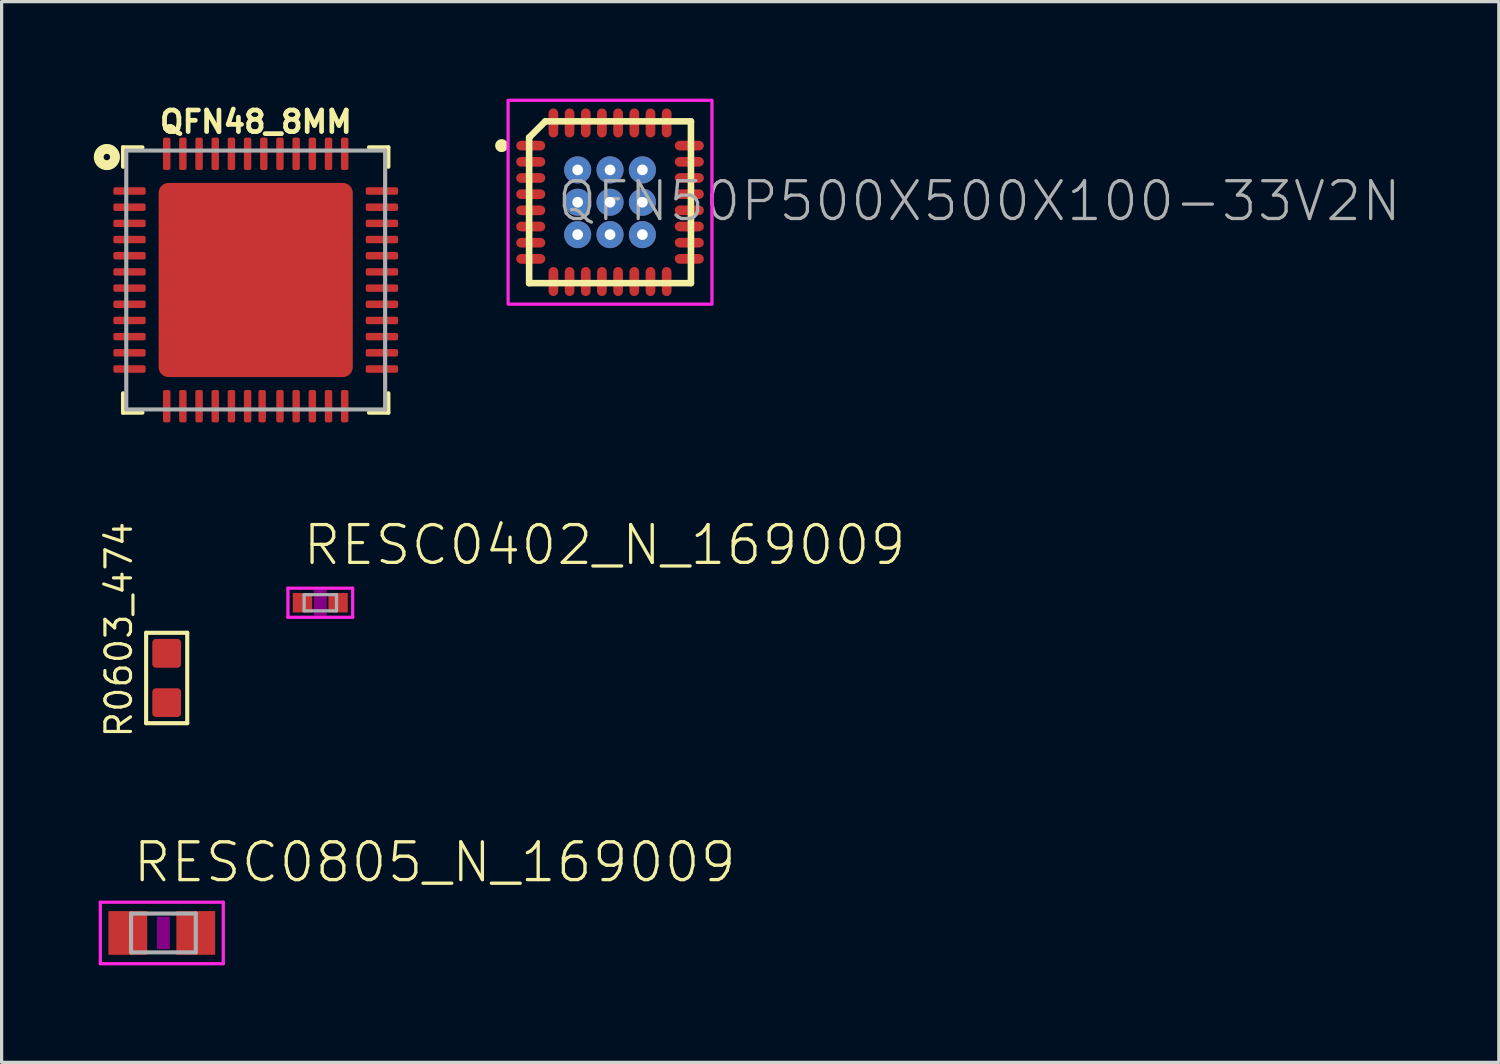
<source format=kicad_pcb>
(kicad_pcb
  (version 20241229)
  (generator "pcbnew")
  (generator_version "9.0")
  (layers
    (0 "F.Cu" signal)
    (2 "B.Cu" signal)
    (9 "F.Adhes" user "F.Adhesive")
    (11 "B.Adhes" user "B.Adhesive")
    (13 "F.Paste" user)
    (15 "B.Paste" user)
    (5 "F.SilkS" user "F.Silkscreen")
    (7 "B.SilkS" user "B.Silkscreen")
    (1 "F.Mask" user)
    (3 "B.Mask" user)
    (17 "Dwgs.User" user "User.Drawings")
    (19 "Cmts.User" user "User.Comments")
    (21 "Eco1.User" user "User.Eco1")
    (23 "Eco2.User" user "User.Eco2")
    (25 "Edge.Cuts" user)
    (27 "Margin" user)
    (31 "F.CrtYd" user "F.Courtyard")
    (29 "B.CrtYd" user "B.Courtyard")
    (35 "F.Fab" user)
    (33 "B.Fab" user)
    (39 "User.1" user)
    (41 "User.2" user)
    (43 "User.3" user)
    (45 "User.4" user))
  (footprint "QFN50P500X500X100-33V2N"
    (layer "F.Cu")
    (at 15.802 3.2)
    (property "Reference" "QFN50P500X500X100-33V2N" (at -1.7 0.65 0) (unlocked yes) (layer "F.Fab") (effects (font (size 1.168 1.168) (thickness 0.102)) (justify left bottom)))
    (fp_poly (pts (xy -0.449 -1.526) (xy -0.449 -0.449) (xy -1.526 -0.449) (xy -1.526 -1.526)) (stroke (width 0) (type default)) (fill yes) (layer "F.Mask"))
    (fp_poly (pts (xy -0.449 -0.551) (xy -0.449 0.551) (xy -1.526 0.551) (xy -1.526 -0.551)) (stroke (width 0) (type default)) (fill yes) (layer "F.Mask"))
    (fp_poly (pts (xy -0.449 0.449) (xy -0.449 1.526) (xy -1.526 1.526) (xy -1.526 0.449)) (stroke (width 0) (type default)) (fill yes) (layer "F.Mask"))
    (fp_poly (pts (xy 0.551 -1.526) (xy 0.551 -0.449) (xy -0.551 -0.449) (xy -0.551 -1.526)) (stroke (width 0) (type default)) (fill yes) (layer "F.Mask"))
    (fp_poly (pts (xy 0.551 -0.551) (xy 0.551 0.551) (xy -0.551 0.551) (xy -0.551 -0.551)) (stroke (width 0) (type default)) (fill yes) (layer "F.Mask"))
    (fp_poly (pts (xy 0.551 0.449) (xy 0.551 1.526) (xy -0.551 1.526) (xy -0.551 0.449)) (stroke (width 0) (type default)) (fill yes) (layer "F.Mask"))
    (fp_poly (pts (xy 1.526 -1.526) (xy 1.526 -0.449) (xy 0.449 -0.449) (xy 0.449 -1.526)) (stroke (width 0) (type default)) (fill yes) (layer "F.Mask"))
    (fp_poly (pts (xy 1.526 -0.551) (xy 1.526 0.551) (xy 0.449 0.551) (xy 0.449 -0.551)) (stroke (width 0) (type default)) (fill yes) (layer "F.Mask"))
    (fp_poly (pts (xy 1.526 0.449) (xy 1.526 1.526) (xy 0.449 1.526) (xy 0.449 0.449)) (stroke (width 0) (type default)) (fill yes) (layer "F.Mask"))
    (fp_poly (pts (xy -1.5 1.5) (xy 1.5 1.5) (xy 1.5 -1.5) (xy -1.5 -1.5)) (stroke (width 0) (type default)) (fill yes) (layer "B.Mask"))
    (fp_line (start -2.5 -2) (end -2.5 2.5) (stroke (width 0.203) (type solid)) (layer "F.SilkS"))
    (fp_line (start -2.5 -2) (end -2 -2.5) (stroke (width 0.203) (type solid)) (layer "F.SilkS"))
    (fp_line (start -2.5 2.5) (end 2.5 2.5) (stroke (width 0.203) (type solid)) (layer "F.SilkS"))
    (fp_line (start 2.5 -2.5) (end -2 -2.5) (stroke (width 0.203) (type solid)) (layer "F.SilkS"))
    (fp_line (start 2.5 2.5) (end 2.5 -2.5) (stroke (width 0.203) (type solid)) (layer "F.SilkS"))
    (fp_circle (center -3.35 -1.75) (end -3.25 -1.75) (stroke (width 0.2) (type solid)) (fill yes) (layer "F.SilkS"))
    (fp_circle (center -1.3 -0.5) (end -1.2 -0.5) (stroke (width 0.2) (type solid)) (fill yes) (layer "F.Paste"))
    (fp_circle (center -1.3 0.5) (end -1.2 0.5) (stroke (width 0.2) (type solid)) (fill yes) (layer "F.Paste"))
    (fp_circle (center -0.5 -1.3) (end -0.4 -1.3) (stroke (width 0.2) (type solid)) (fill yes) (layer "F.Paste"))
    (fp_circle (center -0.5 -0.5) (end -0.325 -0.5) (stroke (width 0.35) (type solid)) (fill yes) (layer "F.Paste"))
    (fp_circle (center -0.5 0.5) (end -0.325 0.5) (stroke (width 0.35) (type solid)) (fill yes) (layer "F.Paste"))
    (fp_circle (center -0.5 1.3) (end -0.4 1.3) (stroke (width 0.2) (type solid)) (fill yes) (layer "F.Paste"))
    (fp_circle (center 0.5 -1.3) (end 0.6 -1.3) (stroke (width 0.2) (type solid)) (fill yes) (layer "F.Paste"))
    (fp_circle (center 0.5 -0.5) (end 0.675 -0.5) (stroke (width 0.35) (type solid)) (fill yes) (layer "F.Paste"))
    (fp_circle (center 0.5 0.5) (end 0.675 0.5) (stroke (width 0.35) (type solid)) (fill yes) (layer "F.Paste"))
    (fp_circle (center 0.5 1.3) (end 0.6 1.3) (stroke (width 0.2) (type solid)) (fill yes) (layer "F.Paste"))
    (fp_circle (center 1.3 -0.5) (end 1.4 -0.5) (stroke (width 0.2) (type solid)) (fill yes) (layer "F.Paste"))
    (fp_circle (center 1.3 0.5) (end 1.4 0.5) (stroke (width 0.2) (type solid)) (fill yes) (layer "F.Paste"))
    (fp_poly (pts (xy -3.15 3.15) (xy 3.15 3.15) (xy 3.15 -3.15) (xy -3.15 -3.15)) (stroke (width 0.1) (type default)) (fill no) (layer "F.CrtYd"))
    (pad "1" smd roundrect (at -2.45 -1.75) (size 0.9 0.3) (layers "F.Cu" "F.Mask" "F.Paste") (roundrect_rratio 0.5))
    (pad "2" smd roundrect (at -2.45 -1.25) (size 0.9 0.3) (layers "F.Cu" "F.Mask" "F.Paste") (roundrect_rratio 0.5))
    (pad "3" smd roundrect (at -2.45 -0.75) (size 0.9 0.3) (layers "F.Cu" "F.Mask" "F.Paste") (roundrect_rratio 0.5))
    (pad "4" smd roundrect (at -2.45 -0.25) (size 0.9 0.3) (layers "F.Cu" "F.Mask" "F.Paste") (roundrect_rratio 0.5))
    (pad "5" smd roundrect (at -2.45 0.25) (size 0.9 0.3) (layers "F.Cu" "F.Mask" "F.Paste") (roundrect_rratio 0.5))
    (pad "6" smd roundrect (at -2.45 0.75) (size 0.9 0.3) (layers "F.Cu" "F.Mask" "F.Paste") (roundrect_rratio 0.5))
    (pad "7" smd roundrect (at -2.45 1.25) (size 0.9 0.3) (layers "F.Cu" "F.Mask" "F.Paste") (roundrect_rratio 0.5))
    (pad "8" smd roundrect (at -2.45 1.75) (size 0.9 0.3) (layers "F.Cu" "F.Mask" "F.Paste") (roundrect_rratio 0.5))
    (pad "9" smd roundrect (at -1.75 2.45 90) (size 0.9 0.3) (layers "F.Cu" "F.Mask" "F.Paste") (roundrect_rratio 0.5))
    (pad "10" smd roundrect (at -1.25 2.45 90) (size 0.9 0.3) (layers "F.Cu" "F.Mask" "F.Paste") (roundrect_rratio 0.5))
    (pad "11" smd roundrect (at -0.75 2.45 90) (size 0.9 0.3) (layers "F.Cu" "F.Mask" "F.Paste") (roundrect_rratio 0.5))
    (pad "12" smd roundrect (at -0.25 2.45 90) (size 0.9 0.3) (layers "F.Cu" "F.Mask" "F.Paste") (roundrect_rratio 0.5))
    (pad "13" smd roundrect (at 0.25 2.45 90) (size 0.9 0.3) (layers "F.Cu" "F.Mask" "F.Paste") (roundrect_rratio 0.5))
    (pad "14" smd roundrect (at 0.75 2.45 90) (size 0.9 0.3) (layers "F.Cu" "F.Mask" "F.Paste") (roundrect_rratio 0.5))
    (pad "15" smd roundrect (at 1.25 2.45 90) (size 0.9 0.3) (layers "F.Cu" "F.Mask" "F.Paste") (roundrect_rratio 0.5))
    (pad "16" smd roundrect (at 1.75 2.45 90) (size 0.9 0.3) (layers "F.Cu" "F.Mask" "F.Paste") (roundrect_rratio 0.5))
    (pad "17" smd roundrect (at 2.45 1.75 180) (size 0.9 0.3) (layers "F.Cu" "F.Mask" "F.Paste") (roundrect_rratio 0.5))
    (pad "18" smd roundrect (at 2.45 1.25 180) (size 0.9 0.3) (layers "F.Cu" "F.Mask" "F.Paste") (roundrect_rratio 0.5))
    (pad "19" smd roundrect (at 2.45 0.75 180) (size 0.9 0.3) (layers "F.Cu" "F.Mask" "F.Paste") (roundrect_rratio 0.5))
    (pad "20" smd roundrect (at 2.45 0.25 180) (size 0.9 0.3) (layers "F.Cu" "F.Mask" "F.Paste") (roundrect_rratio 0.5))
    (pad "21" smd roundrect (at 2.45 -0.25 180) (size 0.9 0.3) (layers "F.Cu" "F.Mask" "F.Paste") (roundrect_rratio 0.5))
    (pad "22" smd roundrect (at 2.45 -0.75 180) (size 0.9 0.3) (layers "F.Cu" "F.Mask" "F.Paste") (roundrect_rratio 0.5))
    (pad "23" smd roundrect (at 2.45 -1.25 180) (size 0.9 0.3) (layers "F.Cu" "F.Mask" "F.Paste") (roundrect_rratio 0.5))
    (pad "24" smd roundrect (at 2.45 -1.75 180) (size 0.9 0.3) (layers "F.Cu" "F.Mask" "F.Paste") (roundrect_rratio 0.5))
    (pad "25" smd roundrect (at 1.75 -2.45 270) (size 0.9 0.3) (layers "F.Cu" "F.Mask" "F.Paste") (roundrect_rratio 0.5))
    (pad "26" smd roundrect (at 1.25 -2.45 270) (size 0.9 0.3) (layers "F.Cu" "F.Mask" "F.Paste") (roundrect_rratio 0.5))
    (pad "27" smd roundrect (at 0.75 -2.45 270) (size 0.9 0.3) (layers "F.Cu" "F.Mask" "F.Paste") (roundrect_rratio 0.5))
    (pad "28" smd roundrect (at 0.25 -2.45 270) (size 0.9 0.3) (layers "F.Cu" "F.Mask" "F.Paste") (roundrect_rratio 0.5))
    (pad "29" smd roundrect (at -0.25 -2.45 270) (size 0.9 0.3) (layers "F.Cu" "F.Mask" "F.Paste") (roundrect_rratio 0.5))
    (pad "30" smd roundrect (at -0.75 -2.45 270) (size 0.9 0.3) (layers "F.Cu" "F.Mask" "F.Paste") (roundrect_rratio 0.5))
    (pad "31" smd roundrect (at -1.25 -2.45 270) (size 0.9 0.3) (layers "F.Cu" "F.Mask" "F.Paste") (roundrect_rratio 0.5))
    (pad "32" smd roundrect (at -1.75 -2.45 270) (size 0.9 0.3) (layers "F.Cu" "F.Mask" "F.Paste") (roundrect_rratio 0.5))
    (pad "PAD@1_1" thru_hole circle (at -1 -1) (size 0.838 0.838) (drill 0.33) (layers "*.Cu"))
    (pad "PAD@1_2" thru_hole circle (at -1 0) (size 0.838 0.838) (drill 0.33) (layers "*.Cu"))
    (pad "PAD@1_3" thru_hole circle (at -1 1) (size 0.838 0.838) (drill 0.33) (layers "*.Cu"))
    (pad "PAD@2_1" thru_hole circle (at 0 -1) (size 0.838 0.838) (drill 0.33) (layers "*.Cu"))
    (pad "PAD@2_2" thru_hole circle (at 0 0) (size 0.838 0.838) (drill 0.33) (layers "*.Cu"))
    (pad "PAD@2_3" thru_hole circle (at 0 1) (size 0.838 0.838) (drill 0.33) (layers "*.Cu"))
    (pad "PAD@3_1" thru_hole circle (at 1 -1) (size 0.838 0.838) (drill 0.33) (layers "*.Cu"))
    (pad "PAD@3_2" thru_hole circle (at 1 0) (size 0.838 0.838) (drill 0.33) (layers "*.Cu"))
    (pad "PAD@3_3" thru_hole circle (at 1 1) (size 0.838 0.838) (drill 0.33) (layers "*.Cu")))
  (footprint "RESC0805_N_169009"
    (layer "F.Cu")
    (at 2 25.781)
    (property "Reference" "RESC0805_N_169009" (at -1 -1.5 0) (unlocked yes) (layer "F.SilkS") (effects (font (size 1.168 1.168) (thickness 0.102)) (justify left bottom)))
    (fp_poly (pts (xy -0.2 0.5) (xy 0.2 0.5) (xy 0.2 -0.5) (xy -0.2 -0.5)) (stroke (width 0) (type default)) (fill yes) (layer "F.Adhes"))
    (fp_line (start -1.95 -0.95) (end -1.95 0.95) (stroke (width 0.1) (type solid)) (layer "F.CrtYd"))
    (fp_line (start -1.95 0.95) (end 1.85 0.95) (stroke (width 0.1) (type solid)) (layer "F.CrtYd"))
    (fp_line (start 1.85 -0.95) (end -1.95 -0.95) (stroke (width 0.1) (type solid)) (layer "F.CrtYd"))
    (fp_line (start 1.85 0.95) (end 1.85 -0.95) (stroke (width 0.1) (type solid)) (layer "F.CrtYd"))
    (fp_line (start -1 -0.6) (end 1 -0.6) (stroke (width 0.127) (type solid)) (layer "F.Fab"))
    (fp_line (start -1 0.6) (end -1 -0.6) (stroke (width 0.127) (type solid)) (layer "F.Fab"))
    (fp_line (start 1 -0.6) (end 1 0.6) (stroke (width 0.127) (type solid)) (layer "F.Fab"))
    (fp_line (start 1 0.6) (end -1 0.6) (stroke (width 0.127) (type solid)) (layer "F.Fab"))
    (pad "1" smd rect (at -1.1 0) (size 1.2 1.35) (layers "F.Cu" "F.Mask" "F.Paste"))
    (pad "2" smd rect (at 1 0) (size 1.2 1.35) (layers "F.Cu" "F.Mask" "F.Paste")))
  (footprint "QFN48_8MM"
    (layer "F.Cu")
    (at 4.852 5.603)
    (property "Reference" "QFN48_8MM" (at -3.04 -4.498 0) (unlocked yes) (layer "F.SilkS") (effects (font (size 0.666 0.666) (thickness 0.146)) (justify left bottom)))
    (fp_line (start -4.1 -4.1) (end -4.1 -3.5) (stroke (width 0.127) (type solid)) (layer "F.SilkS"))
    (fp_line (start -4.1 3.5) (end -4.1 4.1) (stroke (width 0.127) (type solid)) (layer "F.SilkS"))
    (fp_line (start -4.1 4.1) (end -3.5 4.1) (stroke (width 0.127) (type solid)) (layer "F.SilkS"))
    (fp_line (start -3.5 -4.1) (end -4.1 -4.1) (stroke (width 0.127) (type solid)) (layer "F.SilkS"))
    (fp_line (start 3.5 -4.1) (end 4.1 -4.1) (stroke (width 0.127) (type solid)) (layer "F.SilkS"))
    (fp_line (start 4.1 -4.1) (end 4.1 -3.5) (stroke (width 0.127) (type solid)) (layer "F.SilkS"))
    (fp_line (start 4.1 3.5) (end 4.1 4.1) (stroke (width 0.127) (type solid)) (layer "F.SilkS"))
    (fp_line (start 4.1 4.1) (end 3.5 4.1) (stroke (width 0.127) (type solid)) (layer "F.SilkS"))
    (fp_circle (center -4.6 -3.8) (end -4.5 -3.8) (stroke (width 0.305) (type solid)) (fill no) (layer "F.SilkS"))
    (fp_poly (pts (xy -2 -0.5) (xy -0.5 -0.5) (xy -0.5 -2) (xy -2 -2)) (stroke (width 0) (type default)) (fill yes) (layer "F.Paste"))
    (fp_poly (pts (xy -2 2) (xy -0.5 2) (xy -0.5 0.5) (xy -2 0.5)) (stroke (width 0) (type default)) (fill yes) (layer "F.Paste"))
    (fp_poly (pts (xy 0.5 -0.5) (xy 2 -0.5) (xy 2 -2) (xy 0.5 -2)) (stroke (width 0) (type default)) (fill yes) (layer "F.Paste"))
    (fp_poly (pts (xy 0.5 2) (xy 2 2) (xy 2 0.5) (xy 0.5 0.5)) (stroke (width 0) (type default)) (fill yes) (layer "F.Paste"))
    (fp_line (start -4 -4) (end 4 -4) (stroke (width 0.127) (type solid)) (layer "F.Fab"))
    (fp_line (start -4 4) (end -4 -4) (stroke (width 0.127) (type solid)) (layer "F.Fab"))
    (fp_line (start 4 -4) (end 4 4) (stroke (width 0.127) (type solid)) (layer "F.Fab"))
    (fp_line (start 4 4) (end -4 4) (stroke (width 0.127) (type solid)) (layer "F.Fab"))
    (pad "1" smd roundrect (at -3.9 -2.75 90) (size 0.23 1) (layers "F.Cu" "F.Mask" "F.Paste") (roundrect_rratio 0.25))
    (pad "2" smd roundrect (at -3.9 -2.25 90) (size 0.23 1) (layers "F.Cu" "F.Mask" "F.Paste") (roundrect_rratio 0.25))
    (pad "3" smd roundrect (at -3.9 -1.75 90) (size 0.23 1) (layers "F.Cu" "F.Mask" "F.Paste") (roundrect_rratio 0.25))
    (pad "4" smd roundrect (at -3.9 -1.25 90) (size 0.23 1) (layers "F.Cu" "F.Mask" "F.Paste") (roundrect_rratio 0.25))
    (pad "5" smd roundrect (at -3.9 -0.75 90) (size 0.23 1) (layers "F.Cu" "F.Mask" "F.Paste") (roundrect_rratio 0.25))
    (pad "6" smd roundrect (at -3.9 -0.25 90) (size 0.23 1) (layers "F.Cu" "F.Mask" "F.Paste") (roundrect_rratio 0.25))
    (pad "7" smd roundrect (at -3.9 0.25 90) (size 0.23 1) (layers "F.Cu" "F.Mask" "F.Paste") (roundrect_rratio 0.25))
    (pad "8" smd roundrect (at -3.9 0.75 90) (size 0.23 1) (layers "F.Cu" "F.Mask" "F.Paste") (roundrect_rratio 0.25))
    (pad "9" smd roundrect (at -3.9 1.25 90) (size 0.23 1) (layers "F.Cu" "F.Mask" "F.Paste") (roundrect_rratio 0.25))
    (pad "10" smd roundrect (at -3.9 1.75 90) (size 0.23 1) (layers "F.Cu" "F.Mask" "F.Paste") (roundrect_rratio 0.25))
    (pad "11" smd roundrect (at -3.9 2.25 90) (size 0.23 1) (layers "F.Cu" "F.Mask" "F.Paste") (roundrect_rratio 0.25))
    (pad "12" smd roundrect (at -3.9 2.75 90) (size 0.23 1) (layers "F.Cu" "F.Mask" "F.Paste") (roundrect_rratio 0.25))
    (pad "13" smd roundrect (at -2.75 3.9 180) (size 0.23 1) (layers "F.Cu" "F.Mask" "F.Paste") (roundrect_rratio 0.25))
    (pad "14" smd roundrect (at -2.25 3.9 180) (size 0.23 1) (layers "F.Cu" "F.Mask" "F.Paste") (roundrect_rratio 0.25))
    (pad "15" smd roundrect (at -1.75 3.9 180) (size 0.23 1) (layers "F.Cu" "F.Mask" "F.Paste") (roundrect_rratio 0.25))
    (pad "16" smd roundrect (at -1.25 3.9 180) (size 0.23 1) (layers "F.Cu" "F.Mask" "F.Paste") (roundrect_rratio 0.25))
    (pad "17" smd roundrect (at -0.75 3.9 180) (size 0.23 1) (layers "F.Cu" "F.Mask" "F.Paste") (roundrect_rratio 0.25))
    (pad "18" smd roundrect (at -0.25 3.9 180) (size 0.23 1) (layers "F.Cu" "F.Mask" "F.Paste") (roundrect_rratio 0.25))
    (pad "19" smd roundrect (at 0.2 3.9 180) (size 0.23 1) (layers "F.Cu" "F.Mask" "F.Paste") (roundrect_rratio 0.25))
    (pad "20" smd roundrect (at 0.75 3.9 180) (size 0.23 1) (layers "F.Cu" "F.Mask" "F.Paste") (roundrect_rratio 0.25))
    (pad "21" smd roundrect (at 1.25 3.9 180) (size 0.23 1) (layers "F.Cu" "F.Mask" "F.Paste") (roundrect_rratio 0.25))
    (pad "22" smd roundrect (at 1.75 3.9 180) (size 0.23 1) (layers "F.Cu" "F.Mask" "F.Paste") (roundrect_rratio 0.25))
    (pad "23" smd roundrect (at 2.25 3.9 180) (size 0.23 1) (layers "F.Cu" "F.Mask" "F.Paste") (roundrect_rratio 0.25))
    (pad "24" smd roundrect (at 2.75 3.9 180) (size 0.23 1) (layers "F.Cu" "F.Mask" "F.Paste") (roundrect_rratio 0.25))
    (pad "25" smd roundrect (at 3.9 2.75 270) (size 0.23 1) (layers "F.Cu" "F.Mask" "F.Paste") (roundrect_rratio 0.25))
    (pad "26" smd roundrect (at 3.9 2.25 270) (size 0.23 1) (layers "F.Cu" "F.Mask" "F.Paste") (roundrect_rratio 0.25))
    (pad "27" smd roundrect (at 3.9 1.75 270) (size 0.23 1) (layers "F.Cu" "F.Mask" "F.Paste") (roundrect_rratio 0.25))
    (pad "28" smd roundrect (at 3.9 1.25 270) (size 0.23 1) (layers "F.Cu" "F.Mask" "F.Paste") (roundrect_rratio 0.25))
    (pad "29" smd roundrect (at 3.9 0.75 270) (size 0.23 1) (layers "F.Cu" "F.Mask" "F.Paste") (roundrect_rratio 0.25))
    (pad "30" smd roundrect (at 3.9 0.25 270) (size 0.23 1) (layers "F.Cu" "F.Mask" "F.Paste") (roundrect_rratio 0.25))
    (pad "31" smd roundrect (at 3.9 -0.25 270) (size 0.23 1) (layers "F.Cu" "F.Mask" "F.Paste") (roundrect_rratio 0.25))
    (pad "32" smd roundrect (at 3.9 -0.75 270) (size 0.23 1) (layers "F.Cu" "F.Mask" "F.Paste") (roundrect_rratio 0.25))
    (pad "33" smd roundrect (at 3.9 -1.25 270) (size 0.23 1) (layers "F.Cu" "F.Mask" "F.Paste") (roundrect_rratio 0.25))
    (pad "34" smd roundrect (at 3.9 -1.75 270) (size 0.23 1) (layers "F.Cu" "F.Mask" "F.Paste") (roundrect_rratio 0.25))
    (pad "35" smd roundrect (at 3.9 -2.25 270) (size 0.23 1) (layers "F.Cu" "F.Mask" "F.Paste") (roundrect_rratio 0.25))
    (pad "36" smd roundrect (at 3.9 -2.75 270) (size 0.23 1) (layers "F.Cu" "F.Mask" "F.Paste") (roundrect_rratio 0.25))
    (pad "37" smd roundrect (at 2.75 -3.9) (size 0.23 1) (layers "F.Cu" "F.Mask" "F.Paste") (roundrect_rratio 0.25))
    (pad "38" smd roundrect (at 2.25 -3.9) (size 0.23 1) (layers "F.Cu" "F.Mask" "F.Paste") (roundrect_rratio 0.25))
    (pad "39" smd roundrect (at 1.75 -3.9) (size 0.23 1) (layers "F.Cu" "F.Mask" "F.Paste") (roundrect_rratio 0.25))
    (pad "40" smd roundrect (at 1.25 -3.9) (size 0.23 1) (layers "F.Cu" "F.Mask" "F.Paste") (roundrect_rratio 0.25))
    (pad "41" smd roundrect (at 0.75 -3.9) (size 0.23 1) (layers "F.Cu" "F.Mask" "F.Paste") (roundrect_rratio 0.25))
    (pad "42" smd roundrect (at 0.25 -3.9) (size 0.23 1) (layers "F.Cu" "F.Mask" "F.Paste") (roundrect_rratio 0.25))
    (pad "43" smd roundrect (at -0.25 -3.9) (size 0.23 1) (layers "F.Cu" "F.Mask" "F.Paste") (roundrect_rratio 0.25))
    (pad "44" smd roundrect (at -0.75 -3.9) (size 0.23 1) (layers "F.Cu" "F.Mask" "F.Paste") (roundrect_rratio 0.25))
    (pad "45" smd roundrect (at -1.25 -3.9) (size 0.23 1) (layers "F.Cu" "F.Mask" "F.Paste") (roundrect_rratio 0.25))
    (pad "46" smd roundrect (at -1.75 -3.9) (size 0.23 1) (layers "F.Cu" "F.Mask" "F.Paste") (roundrect_rratio 0.25))
    (pad "47" smd roundrect (at -2.25 -3.9) (size 0.23 1) (layers "F.Cu" "F.Mask" "F.Paste") (roundrect_rratio 0.25))
    (pad "48" smd roundrect (at -2.75 -3.9) (size 0.23 1) (layers "F.Cu" "F.Mask" "F.Paste") (roundrect_rratio 0.25))
    (pad "THERMAL" smd roundrect (at 0 0) (size 6 6) (layers "F.Cu" "F.Mask") (roundrect_rratio 0.05)))
  (footprint "R0603_474"
    (layer "F.Cu")
    (at 2.101 17.902)
    (property "Reference" "R0603_474" (at -1.016 1.905 90) (unlocked yes) (layer "F.SilkS") (effects (font (size 0.791 0.791) (thickness 0.098)) (justify left bottom)))
    (fp_line (start -0.635 -1.397) (end 0.635 -1.397) (stroke (width 0.127) (type solid)) (layer "F.SilkS"))
    (fp_line (start -0.635 1.397) (end -0.635 -1.397) (stroke (width 0.127) (type solid)) (layer "F.SilkS"))
    (fp_line (start 0.635 -1.397) (end 0.635 1.397) (stroke (width 0.127) (type solid)) (layer "F.SilkS"))
    (fp_line (start 0.635 1.397) (end -0.635 1.397) (stroke (width 0.127) (type solid)) (layer "F.SilkS"))
    (pad "1" smd roundrect (at 0 -0.762 270) (size 0.889 0.889) (layers "F.Cu" "F.Mask" "F.Paste") (roundrect_rratio 0.125))
    (pad "2" smd roundrect (at 0 0.762 270) (size 0.889 0.889) (layers "F.Cu" "F.Mask" "F.Paste") (roundrect_rratio 0.125)))
  (footprint "RESC0402_N_169009"
    (layer "F.Cu")
    (at 6.849 15.577)
    (property "Reference" "RESC0402_N_169009" (at -0.6 -1.1 0) (unlocked yes) (layer "F.SilkS") (effects (font (size 1.168 1.168) (thickness 0.102)) (justify left bottom)))
    (fp_poly (pts (xy -0.2 0.4) (xy 0.2 0.4) (xy 0.2 -0.4) (xy -0.2 -0.4)) (stroke (width 0) (type default)) (fill yes) (layer "F.Adhes"))
    (fp_line (start -1 -0.45) (end -1 0.45) (stroke (width 0.1) (type solid)) (layer "F.CrtYd"))
    (fp_line (start -1 0.45) (end 1 0.45) (stroke (width 0.1) (type solid)) (layer "F.CrtYd"))
    (fp_line (start 1 -0.45) (end -1 -0.45) (stroke (width 0.1) (type solid)) (layer "F.CrtYd"))
    (fp_line (start 1 0.45) (end 1 -0.45) (stroke (width 0.1) (type solid)) (layer "F.CrtYd"))
    (fp_line (start -0.5 -0.25) (end 0.5 -0.25) (stroke (width 0.1) (type solid)) (layer "F.Fab"))
    (fp_line (start -0.5 0.25) (end -0.5 -0.25) (stroke (width 0.1) (type solid)) (layer "F.Fab"))
    (fp_line (start 0.5 -0.25) (end 0.5 0.25) (stroke (width 0.1) (type solid)) (layer "F.Fab"))
    (fp_line (start 0.5 0.25) (end -0.5 0.25) (stroke (width 0.1) (type solid)) (layer "F.Fab"))
    (pad "1" smd rect (at -0.55 0) (size 0.6 0.6) (layers "F.Cu" "F.Mask" "F.Paste"))
    (pad "2" smd rect (at 0.55 0) (size 0.6 0.6) (layers "F.Cu" "F.Mask" "F.Paste")))
  (gr_rect
    (start -3 -3)
    (end 43.268 29.781)
    (stroke (width 0.1) (type default))
    (fill no)
    (layer "Edge.Cuts")))
</source>
